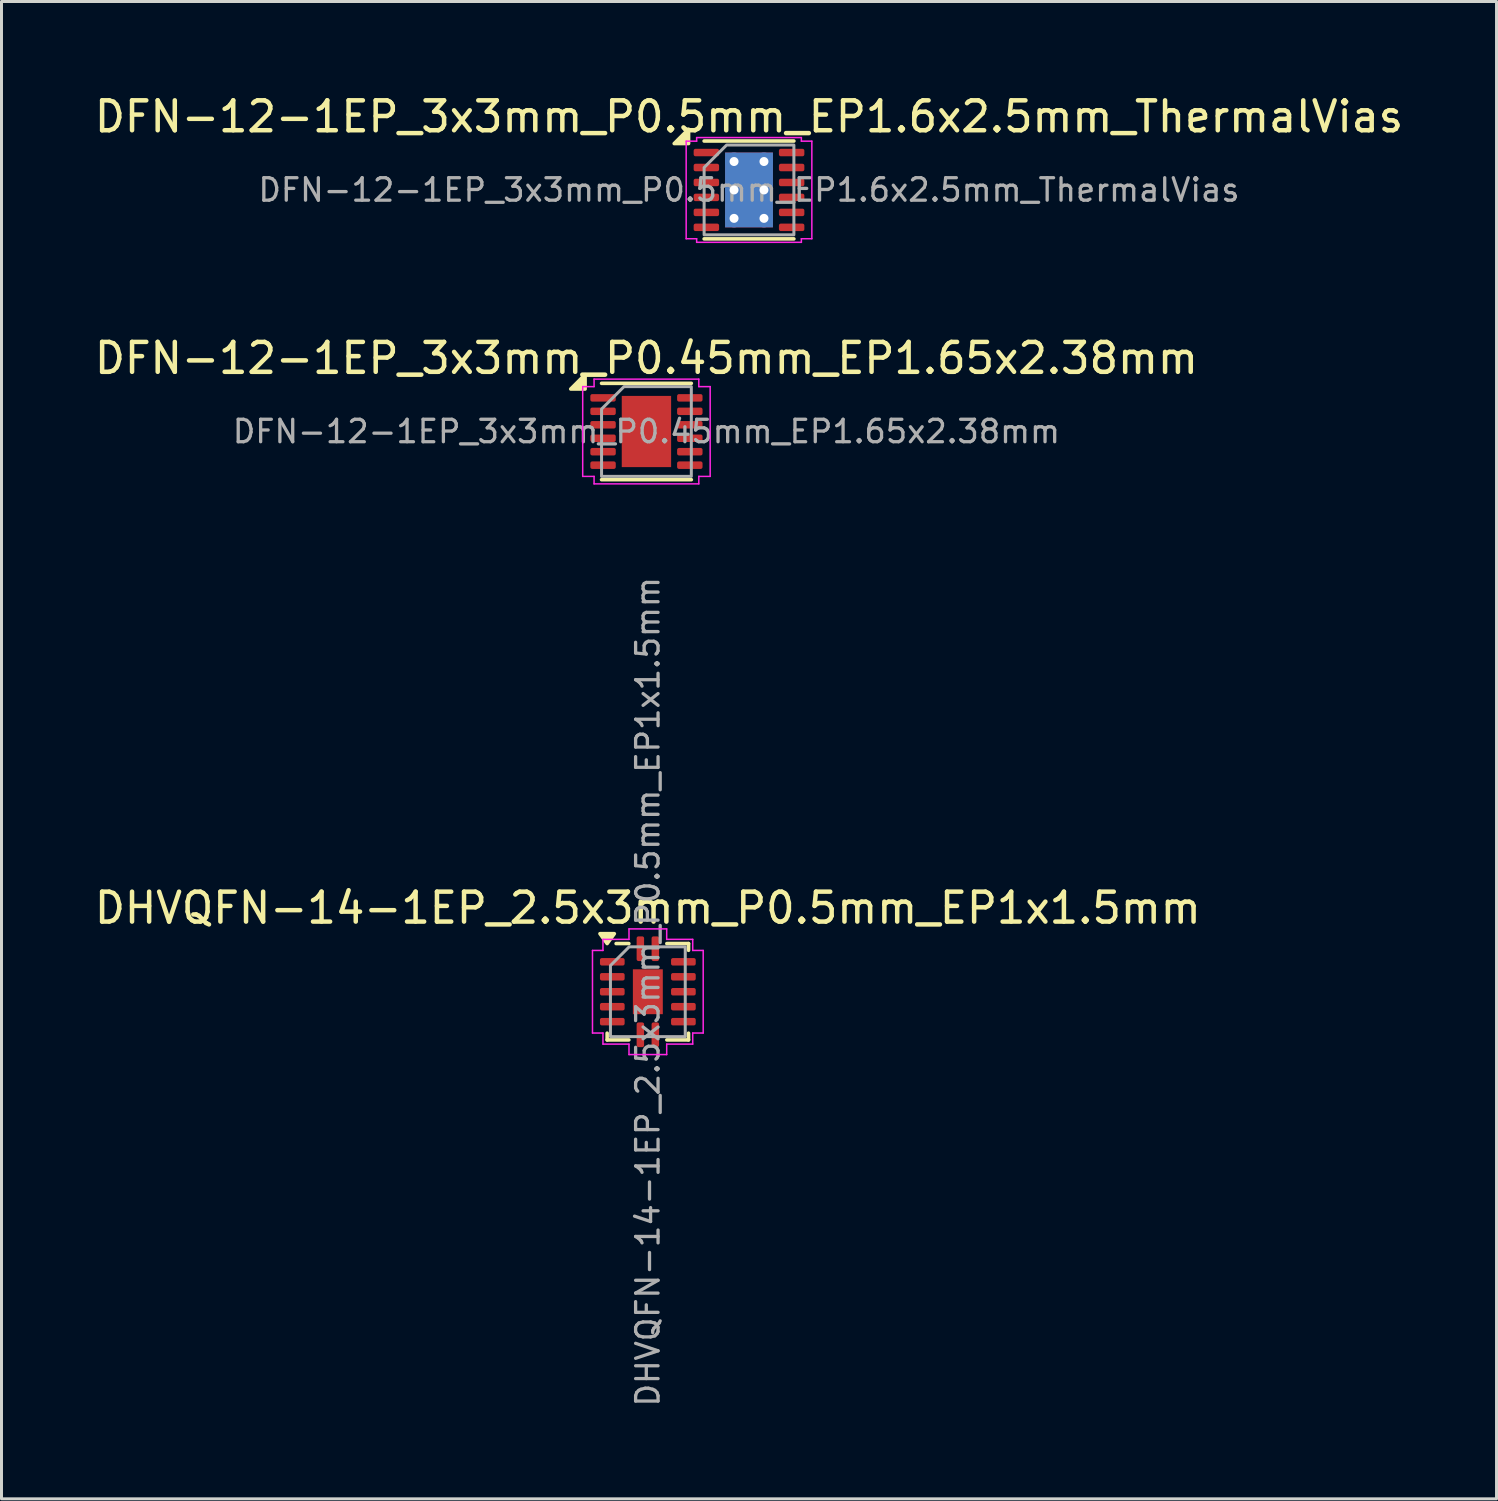
<source format=kicad_pcb>
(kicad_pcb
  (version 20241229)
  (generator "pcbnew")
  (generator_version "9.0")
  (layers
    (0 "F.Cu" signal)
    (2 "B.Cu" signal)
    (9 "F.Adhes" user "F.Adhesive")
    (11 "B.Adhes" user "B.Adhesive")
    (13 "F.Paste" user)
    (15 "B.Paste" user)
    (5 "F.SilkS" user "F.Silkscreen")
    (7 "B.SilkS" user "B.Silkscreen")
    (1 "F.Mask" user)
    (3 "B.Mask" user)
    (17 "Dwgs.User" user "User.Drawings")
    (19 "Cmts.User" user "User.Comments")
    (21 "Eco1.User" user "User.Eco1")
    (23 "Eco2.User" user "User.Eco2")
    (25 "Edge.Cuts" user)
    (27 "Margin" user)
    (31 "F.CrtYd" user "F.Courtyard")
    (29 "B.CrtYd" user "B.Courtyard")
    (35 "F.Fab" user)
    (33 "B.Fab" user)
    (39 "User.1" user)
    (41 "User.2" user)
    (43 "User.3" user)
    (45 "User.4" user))
  (footprint "DHVQFN-14-1EP_2.5x3mm_P0.5mm_EP1x1.5mm"
    (layer "F.Cu")
    (at 18.601 30.094)
    (property "Reference" "DHVQFN-14-1EP_2.5x3mm_P0.5mm_EP1x1.5mm" (at 0 -2.8 0) (layer "F.SilkS") (effects (font (size 1 1) (thickness 0.15))))
    (attr smd)
    (fp_line (start -1.36 1.61) (end -1.36 1.385) (stroke (width 0.12) (type solid)) (layer "F.SilkS"))
    (fp_line (start -0.635 -1.61) (end -1.06 -1.61) (stroke (width 0.12) (type solid)) (layer "F.SilkS"))
    (fp_line (start -0.635 1.61) (end -1.36 1.61) (stroke (width 0.12) (type solid)) (layer "F.SilkS"))
    (fp_line (start 0.635 -1.61) (end 1.36 -1.61) (stroke (width 0.12) (type solid)) (layer "F.SilkS"))
    (fp_line (start 0.635 1.61) (end 1.36 1.61) (stroke (width 0.12) (type solid)) (layer "F.SilkS"))
    (fp_line (start 1.36 -1.61) (end 1.36 -1.385) (stroke (width 0.12) (type solid)) (layer "F.SilkS"))
    (fp_line (start 1.36 1.61) (end 1.36 1.385) (stroke (width 0.12) (type solid)) (layer "F.SilkS"))
    (fp_poly (pts (xy -1.36 -1.61) (xy -1.6 -1.94) (xy -1.12 -1.94)) (stroke (width 0.12) (type solid)) (fill yes) (layer "F.SilkS"))
    (fp_line (start -1.85 -1.38) (end -1.5 -1.38) (stroke (width 0.05) (type solid)) (layer "F.CrtYd"))
    (fp_line (start -1.85 1.38) (end -1.85 -1.38) (stroke (width 0.05) (type solid)) (layer "F.CrtYd"))
    (fp_line (start -1.5 -1.75) (end -0.63 -1.75) (stroke (width 0.05) (type solid)) (layer "F.CrtYd"))
    (fp_line (start -1.5 -1.38) (end -1.5 -1.75) (stroke (width 0.05) (type solid)) (layer "F.CrtYd"))
    (fp_line (start -1.5 1.38) (end -1.85 1.38) (stroke (width 0.05) (type solid)) (layer "F.CrtYd"))
    (fp_line (start -1.5 1.75) (end -1.5 1.38) (stroke (width 0.05) (type solid)) (layer "F.CrtYd"))
    (fp_line (start -0.63 -2.1) (end 0.63 -2.1) (stroke (width 0.05) (type solid)) (layer "F.CrtYd"))
    (fp_line (start -0.63 -1.75) (end -0.63 -2.1) (stroke (width 0.05) (type solid)) (layer "F.CrtYd"))
    (fp_line (start -0.63 1.75) (end -1.5 1.75) (stroke (width 0.05) (type solid)) (layer "F.CrtYd"))
    (fp_line (start -0.63 2.1) (end -0.63 1.75) (stroke (width 0.05) (type solid)) (layer "F.CrtYd"))
    (fp_line (start 0.63 -2.1) (end 0.63 -1.75) (stroke (width 0.05) (type solid)) (layer "F.CrtYd"))
    (fp_line (start 0.63 -1.75) (end 1.5 -1.75) (stroke (width 0.05) (type solid)) (layer "F.CrtYd"))
    (fp_line (start 0.63 1.75) (end 0.63 2.1) (stroke (width 0.05) (type solid)) (layer "F.CrtYd"))
    (fp_line (start 0.63 2.1) (end -0.63 2.1) (stroke (width 0.05) (type solid)) (layer "F.CrtYd"))
    (fp_line (start 1.5 -1.75) (end 1.5 -1.38) (stroke (width 0.05) (type solid)) (layer "F.CrtYd"))
    (fp_line (start 1.5 -1.38) (end 1.85 -1.38) (stroke (width 0.05) (type solid)) (layer "F.CrtYd"))
    (fp_line (start 1.5 1.38) (end 1.5 1.75) (stroke (width 0.05) (type solid)) (layer "F.CrtYd"))
    (fp_line (start 1.5 1.75) (end 0.63 1.75) (stroke (width 0.05) (type solid)) (layer "F.CrtYd"))
    (fp_line (start 1.85 -1.38) (end 1.85 1.38) (stroke (width 0.05) (type solid)) (layer "F.CrtYd"))
    (fp_line (start 1.85 1.38) (end 1.5 1.38) (stroke (width 0.05) (type solid)) (layer "F.CrtYd"))
    (fp_poly (pts (xy -1.25 -0.875) (xy -1.25 1.5) (xy 1.25 1.5) (xy 1.25 -1.5) (xy -0.625 -1.5)) (stroke (width 0.1) (type solid)) (fill no) (layer "F.Fab"))
    (fp_text user "${REFERENCE}" (at 0 0 90) (layer "F.Fab") (effects (font (size 0.75 0.75) (thickness 0.11))))
    (pad "" smd roundrect (at 0 0) (size 0.81 1.21) (layers "F.Paste") (roundrect_rratio 0.25))
    (pad "1" smd roundrect (at -0.25 -1.438) (size 0.25 0.825) (layers "F.Cu" "F.Mask" "F.Paste") (roundrect_rratio 0.25))
    (pad "2" smd roundrect (at -1.188 -1) (size 0.825 0.25) (layers "F.Cu" "F.Mask" "F.Paste") (roundrect_rratio 0.25))
    (pad "3" smd roundrect (at -1.188 -0.5) (size 0.825 0.25) (layers "F.Cu" "F.Mask" "F.Paste") (roundrect_rratio 0.25))
    (pad "4" smd roundrect (at -1.188 0) (size 0.825 0.25) (layers "F.Cu" "F.Mask" "F.Paste") (roundrect_rratio 0.25))
    (pad "5" smd roundrect (at -1.188 0.5) (size 0.825 0.25) (layers "F.Cu" "F.Mask" "F.Paste") (roundrect_rratio 0.25))
    (pad "6" smd roundrect (at -1.188 1) (size 0.825 0.25) (layers "F.Cu" "F.Mask" "F.Paste") (roundrect_rratio 0.25))
    (pad "7" smd roundrect (at -0.25 1.438) (size 0.25 0.825) (layers "F.Cu" "F.Mask" "F.Paste") (roundrect_rratio 0.25))
    (pad "8" smd roundrect (at 0.25 1.438) (size 0.25 0.825) (layers "F.Cu" "F.Mask" "F.Paste") (roundrect_rratio 0.25))
    (pad "9" smd roundrect (at 1.188 1) (size 0.825 0.25) (layers "F.Cu" "F.Mask" "F.Paste") (roundrect_rratio 0.25))
    (pad "10" smd roundrect (at 1.188 0.5) (size 0.825 0.25) (layers "F.Cu" "F.Mask" "F.Paste") (roundrect_rratio 0.25))
    (pad "11" smd roundrect (at 1.188 0) (size 0.825 0.25) (layers "F.Cu" "F.Mask" "F.Paste") (roundrect_rratio 0.25))
    (pad "12" smd roundrect (at 1.188 -0.5) (size 0.825 0.25) (layers "F.Cu" "F.Mask" "F.Paste") (roundrect_rratio 0.25))
    (pad "13" smd roundrect (at 1.188 -1) (size 0.825 0.25) (layers "F.Cu" "F.Mask" "F.Paste") (roundrect_rratio 0.25))
    (pad "14" smd roundrect (at 0.25 -1.438) (size 0.25 0.825) (layers "F.Cu" "F.Mask" "F.Paste") (roundrect_rratio 0.25))
    (pad "15" smd rect (at 0 0) (size 1 1.5) (property pad_prop_heatsink) (layers "F.Cu" "F.Mask")))
  (footprint "DFN-12-1EP_3x3mm_P0.5mm_EP1.6x2.5mm_ThermalVias"
    (layer "F.Cu")
    (at 21.982 3.298)
    (property "Reference" "DFN-12-1EP_3x3mm_P0.5mm_EP1.6x2.5mm_ThermalVias" (at 0 -2.45 0) (layer "F.SilkS") (effects (font (size 1 1) (thickness 0.15))))
    (attr smd)
    (fp_line (start -1.5 -1.635) (end 1.5 -1.635) (stroke (width 0.12) (type solid)) (layer "F.SilkS"))
    (fp_line (start -1.5 1.635) (end 1.5 1.635) (stroke (width 0.12) (type solid)) (layer "F.SilkS"))
    (fp_poly (pts (xy -2.02 -1.55) (xy -2.5 -1.55) (xy -2.02 -2.03)) (stroke (width 0.12) (type solid)) (fill yes) (layer "F.SilkS"))
    (fp_line (start -2.1 -1.63) (end -1.75 -1.63) (stroke (width 0.05) (type solid)) (layer "F.CrtYd"))
    (fp_line (start -2.1 1.63) (end -2.1 -1.63) (stroke (width 0.05) (type solid)) (layer "F.CrtYd"))
    (fp_line (start -1.75 -1.75) (end 1.75 -1.75) (stroke (width 0.05) (type solid)) (layer "F.CrtYd"))
    (fp_line (start -1.75 -1.63) (end -1.75 -1.75) (stroke (width 0.05) (type solid)) (layer "F.CrtYd"))
    (fp_line (start -1.75 1.63) (end -2.1 1.63) (stroke (width 0.05) (type solid)) (layer "F.CrtYd"))
    (fp_line (start -1.75 1.75) (end -1.75 1.63) (stroke (width 0.05) (type solid)) (layer "F.CrtYd"))
    (fp_line (start 1.75 -1.75) (end 1.75 -1.63) (stroke (width 0.05) (type solid)) (layer "F.CrtYd"))
    (fp_line (start 1.75 -1.63) (end 2.1 -1.63) (stroke (width 0.05) (type solid)) (layer "F.CrtYd"))
    (fp_line (start 1.75 1.63) (end 1.75 1.75) (stroke (width 0.05) (type solid)) (layer "F.CrtYd"))
    (fp_line (start 1.75 1.75) (end -1.75 1.75) (stroke (width 0.05) (type solid)) (layer "F.CrtYd"))
    (fp_line (start 2.1 -1.63) (end 2.1 1.63) (stroke (width 0.05) (type solid)) (layer "F.CrtYd"))
    (fp_line (start 2.1 1.63) (end 1.75 1.63) (stroke (width 0.05) (type solid)) (layer "F.CrtYd"))
    (fp_poly (pts (xy -1.5 -0.75) (xy -1.5 1.5) (xy 1.5 1.5) (xy 1.5 -1.5) (xy -0.75 -1.5)) (stroke (width 0.1) (type solid)) (fill no) (layer "F.Fab"))
    (fp_text user "${REFERENCE}" (at 0 0 0) (layer "F.Fab") (effects (font (size 0.75 0.75) (thickness 0.11))))
    (pad "" smd roundrect (at -0.4 -0.625) (size 0.64 1.01) (layers "F.Paste") (roundrect_rratio 0.25))
    (pad "" smd roundrect (at -0.4 0.625) (size 0.64 1.01) (layers "F.Paste") (roundrect_rratio 0.25))
    (pad "" smd roundrect (at 0.4 -0.625) (size 0.64 1.01) (layers "F.Paste") (roundrect_rratio 0.25))
    (pad "" smd roundrect (at 0.4 0.625) (size 0.64 1.01) (layers "F.Paste") (roundrect_rratio 0.25))
    (pad "1" smd roundrect (at -1.425 -1.25) (size 0.85 0.25) (layers "F.Cu" "F.Mask" "F.Paste") (roundrect_rratio 0.25))
    (pad "2" smd roundrect (at -1.425 -0.75) (size 0.85 0.25) (layers "F.Cu" "F.Mask" "F.Paste") (roundrect_rratio 0.25))
    (pad "3" smd roundrect (at -1.425 -0.25) (size 0.85 0.25) (layers "F.Cu" "F.Mask" "F.Paste") (roundrect_rratio 0.25))
    (pad "4" smd roundrect (at -1.425 0.25) (size 0.85 0.25) (layers "F.Cu" "F.Mask" "F.Paste") (roundrect_rratio 0.25))
    (pad "5" smd roundrect (at -1.425 0.75) (size 0.85 0.25) (layers "F.Cu" "F.Mask" "F.Paste") (roundrect_rratio 0.25))
    (pad "6" smd roundrect (at -1.425 1.25) (size 0.85 0.25) (layers "F.Cu" "F.Mask" "F.Paste") (roundrect_rratio 0.25))
    (pad "7" smd roundrect (at 1.425 1.25) (size 0.85 0.25) (layers "F.Cu" "F.Mask" "F.Paste") (roundrect_rratio 0.25))
    (pad "8" smd roundrect (at 1.425 0.75) (size 0.85 0.25) (layers "F.Cu" "F.Mask" "F.Paste") (roundrect_rratio 0.25))
    (pad "9" smd roundrect (at 1.425 0.25) (size 0.85 0.25) (layers "F.Cu" "F.Mask" "F.Paste") (roundrect_rratio 0.25))
    (pad "10" smd roundrect (at 1.425 -0.25) (size 0.85 0.25) (layers "F.Cu" "F.Mask" "F.Paste") (roundrect_rratio 0.25))
    (pad "11" smd roundrect (at 1.425 -0.75) (size 0.85 0.25) (layers "F.Cu" "F.Mask" "F.Paste") (roundrect_rratio 0.25))
    (pad "12" smd roundrect (at 1.425 -1.25) (size 0.85 0.25) (layers "F.Cu" "F.Mask" "F.Paste") (roundrect_rratio 0.25))
    (pad "13" thru_hole circle (at -0.5 -0.95) (size 0.6 0.6) (drill 0.3) (property pad_prop_heatsink) (layers "*.Cu"))
    (pad "13" thru_hole circle (at -0.5 0) (size 0.6 0.6) (drill 0.3) (property pad_prop_heatsink) (layers "*.Cu"))
    (pad "13" thru_hole circle (at -0.5 0.95) (size 0.6 0.6) (drill 0.3) (property pad_prop_heatsink) (layers "*.Cu"))
    (pad "13" smd rect (at 0 0) (size 1.6 2.5) (property pad_prop_heatsink) (layers "F.Cu" "F.Mask"))
    (pad "13" smd rect (at 0 0) (size 1.6 2.5) (property pad_prop_heatsink) (layers "B.Cu"))
    (pad "13" thru_hole circle (at 0.5 -0.95) (size 0.6 0.6) (drill 0.3) (property pad_prop_heatsink) (layers "*.Cu"))
    (pad "13" thru_hole circle (at 0.5 0) (size 0.6 0.6) (drill 0.3) (property pad_prop_heatsink) (layers "*.Cu"))
    (pad "13" thru_hole circle (at 0.5 0.95) (size 0.6 0.6) (drill 0.3) (property pad_prop_heatsink) (layers "*.Cu")))
  (footprint "DFN-12-1EP_3x3mm_P0.45mm_EP1.65x2.38mm"
    (layer "F.Cu")
    (at 18.554 11.371)
    (property "Reference" "DFN-12-1EP_3x3mm_P0.45mm_EP1.65x2.38mm" (at 0 -2.45 0) (layer "F.SilkS") (effects (font (size 1 1) (thickness 0.15))))
    (attr smd)
    (fp_line (start -1.5 -1.61) (end 1.5 -1.61) (stroke (width 0.12) (type solid)) (layer "F.SilkS"))
    (fp_line (start -1.5 1.61) (end 1.5 1.61) (stroke (width 0.12) (type solid)) (layer "F.SilkS"))
    (fp_poly (pts (xy -2.05 -1.42) (xy -2.53 -1.42) (xy -2.05 -1.9)) (stroke (width 0.12) (type solid)) (fill yes) (layer "F.SilkS"))
    (fp_line (start -2.13 -1.5) (end -1.75 -1.5) (stroke (width 0.05) (type solid)) (layer "F.CrtYd"))
    (fp_line (start -2.13 1.5) (end -2.13 -1.5) (stroke (width 0.05) (type solid)) (layer "F.CrtYd"))
    (fp_line (start -1.75 -1.75) (end 1.75 -1.75) (stroke (width 0.05) (type solid)) (layer "F.CrtYd"))
    (fp_line (start -1.75 -1.5) (end -1.75 -1.75) (stroke (width 0.05) (type solid)) (layer "F.CrtYd"))
    (fp_line (start -1.75 1.5) (end -2.13 1.5) (stroke (width 0.05) (type solid)) (layer "F.CrtYd"))
    (fp_line (start -1.75 1.75) (end -1.75 1.5) (stroke (width 0.05) (type solid)) (layer "F.CrtYd"))
    (fp_line (start 1.75 -1.75) (end 1.75 -1.5) (stroke (width 0.05) (type solid)) (layer "F.CrtYd"))
    (fp_line (start 1.75 -1.5) (end 2.13 -1.5) (stroke (width 0.05) (type solid)) (layer "F.CrtYd"))
    (fp_line (start 1.75 1.5) (end 1.75 1.75) (stroke (width 0.05) (type solid)) (layer "F.CrtYd"))
    (fp_line (start 1.75 1.75) (end -1.75 1.75) (stroke (width 0.05) (type solid)) (layer "F.CrtYd"))
    (fp_line (start 2.13 -1.5) (end 2.13 1.5) (stroke (width 0.05) (type solid)) (layer "F.CrtYd"))
    (fp_line (start 2.13 1.5) (end 1.75 1.5) (stroke (width 0.05) (type solid)) (layer "F.CrtYd"))
    (fp_poly (pts (xy -1.5 -0.75) (xy -1.5 1.5) (xy 1.5 1.5) (xy 1.5 -1.5) (xy -0.75 -1.5)) (stroke (width 0.1) (type solid)) (fill no) (layer "F.Fab"))
    (fp_text user "${REFERENCE}" (at 0 0 0) (layer "F.Fab") (effects (font (size 0.75 0.75) (thickness 0.11))))
    (pad "" smd roundrect (at -0.41 -0.595) (size 0.67 0.96) (layers "F.Paste") (roundrect_rratio 0.25))
    (pad "" smd roundrect (at -0.41 0.595) (size 0.67 0.96) (layers "F.Paste") (roundrect_rratio 0.25))
    (pad "" smd roundrect (at 0.41 -0.595) (size 0.67 0.96) (layers "F.Paste") (roundrect_rratio 0.25))
    (pad "" smd roundrect (at 0.41 0.595) (size 0.67 0.96) (layers "F.Paste") (roundrect_rratio 0.25))
    (pad "1" smd roundrect (at -1.45 -1.125) (size 0.85 0.25) (layers "F.Cu" "F.Mask" "F.Paste") (roundrect_rratio 0.25))
    (pad "2" smd roundrect (at -1.45 -0.675) (size 0.85 0.25) (layers "F.Cu" "F.Mask" "F.Paste") (roundrect_rratio 0.25))
    (pad "3" smd roundrect (at -1.45 -0.225) (size 0.85 0.25) (layers "F.Cu" "F.Mask" "F.Paste") (roundrect_rratio 0.25))
    (pad "4" smd roundrect (at -1.45 0.225) (size 0.85 0.25) (layers "F.Cu" "F.Mask" "F.Paste") (roundrect_rratio 0.25))
    (pad "5" smd roundrect (at -1.45 0.675) (size 0.85 0.25) (layers "F.Cu" "F.Mask" "F.Paste") (roundrect_rratio 0.25))
    (pad "6" smd roundrect (at -1.45 1.125) (size 0.85 0.25) (layers "F.Cu" "F.Mask" "F.Paste") (roundrect_rratio 0.25))
    (pad "7" smd roundrect (at 1.45 1.125) (size 0.85 0.25) (layers "F.Cu" "F.Mask" "F.Paste") (roundrect_rratio 0.25))
    (pad "8" smd roundrect (at 1.45 0.675) (size 0.85 0.25) (layers "F.Cu" "F.Mask" "F.Paste") (roundrect_rratio 0.25))
    (pad "9" smd roundrect (at 1.45 0.225) (size 0.85 0.25) (layers "F.Cu" "F.Mask" "F.Paste") (roundrect_rratio 0.25))
    (pad "10" smd roundrect (at 1.45 -0.225) (size 0.85 0.25) (layers "F.Cu" "F.Mask" "F.Paste") (roundrect_rratio 0.25))
    (pad "11" smd roundrect (at 1.45 -0.675) (size 0.85 0.25) (layers "F.Cu" "F.Mask" "F.Paste") (roundrect_rratio 0.25))
    (pad "12" smd roundrect (at 1.45 -1.125) (size 0.85 0.25) (layers "F.Cu" "F.Mask" "F.Paste") (roundrect_rratio 0.25))
    (pad "13" smd rect (at 0 0) (size 1.65 2.38) (property pad_prop_heatsink) (layers "F.Cu" "F.Mask")))
  (gr_rect
    (start -3 -3)
    (end 46.964 47.041)
    (stroke (width 0.1) (type default))
    (fill no)
    (layer "Edge.Cuts")))
</source>
